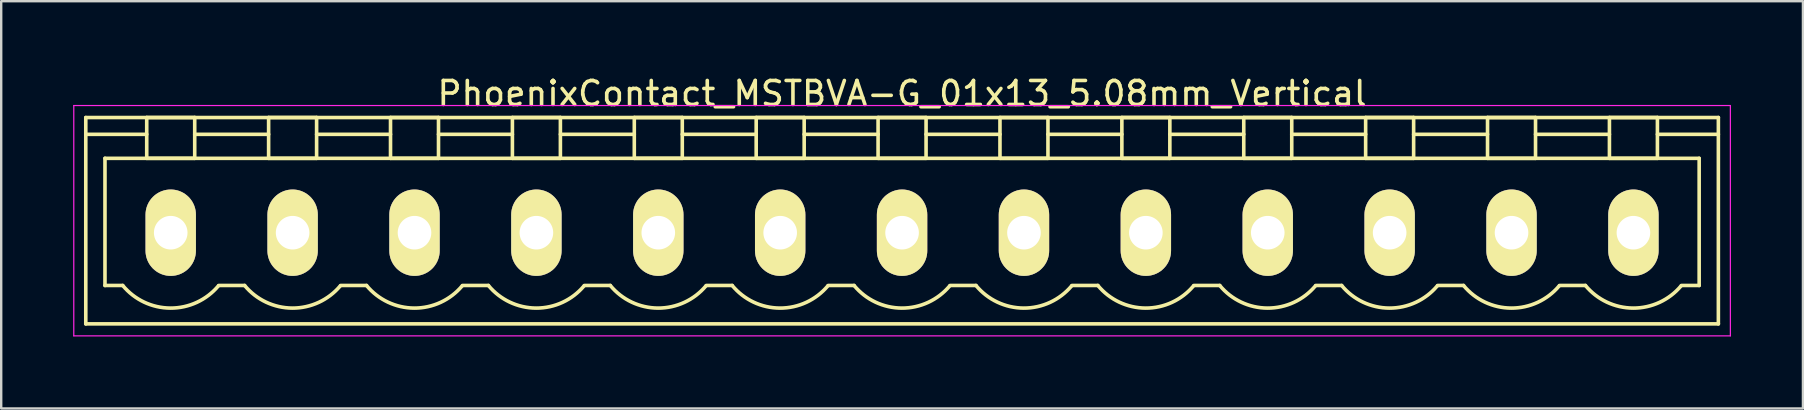
<source format=kicad_pcb>
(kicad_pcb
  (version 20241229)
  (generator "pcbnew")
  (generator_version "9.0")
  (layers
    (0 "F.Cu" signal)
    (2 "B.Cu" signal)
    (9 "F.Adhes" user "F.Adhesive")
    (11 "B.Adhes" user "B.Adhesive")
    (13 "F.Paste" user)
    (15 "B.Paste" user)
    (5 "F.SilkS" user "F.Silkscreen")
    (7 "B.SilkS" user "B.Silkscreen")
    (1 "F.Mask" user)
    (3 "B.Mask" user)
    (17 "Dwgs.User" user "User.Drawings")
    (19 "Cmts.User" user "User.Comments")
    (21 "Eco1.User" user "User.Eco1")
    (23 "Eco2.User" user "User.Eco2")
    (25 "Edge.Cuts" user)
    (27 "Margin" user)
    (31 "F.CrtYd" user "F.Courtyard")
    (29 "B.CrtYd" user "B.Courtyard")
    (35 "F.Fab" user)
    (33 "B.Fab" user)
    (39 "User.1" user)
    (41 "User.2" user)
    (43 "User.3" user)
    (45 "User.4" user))
  (footprint "PhoenixContact_MSTBVA-G_01x13_5.08mm_Vertical"
    (layer "F.Cu")
    (at 4.065 6.648)
    (property "Reference" "PhoenixContact_MSTBVA-G_01x13_5.08mm_Vertical" (at 30.48 -5.8 0) (layer "F.SilkS") (effects (font (size 1 1) (thickness 0.15))))
    (attr through_hole)
    (fp_line (start -3.54 -4.8) (end -3.54 3.8) (stroke (width 0.15) (type solid)) (layer "F.SilkS"))
    (fp_line (start -3.54 -4.1) (end -1 -4.1) (stroke (width 0.15) (type solid)) (layer "F.SilkS"))
    (fp_line (start -3.54 3.8) (end 64.5 3.8) (stroke (width 0.15) (type solid)) (layer "F.SilkS"))
    (fp_line (start -2.74 -3.1) (end 63.7 -3.1) (stroke (width 0.15) (type solid)) (layer "F.SilkS"))
    (fp_line (start -2.74 2.2) (end -2.74 -3.1) (stroke (width 0.15) (type solid)) (layer "F.SilkS"))
    (fp_line (start -2 2.2) (end -2.74 2.2) (stroke (width 0.15) (type solid)) (layer "F.SilkS"))
    (fp_line (start -1 -4.8) (end 1 -4.8) (stroke (width 0.15) (type solid)) (layer "F.SilkS"))
    (fp_line (start -1 -3.1) (end -1 -4.8) (stroke (width 0.15) (type solid)) (layer "F.SilkS"))
    (fp_line (start 1 -4.8) (end 1 -3.1) (stroke (width 0.15) (type solid)) (layer "F.SilkS"))
    (fp_line (start 1 -4.1) (end 4.08 -4.1) (stroke (width 0.15) (type solid)) (layer "F.SilkS"))
    (fp_line (start 1 -3.1) (end -1 -3.1) (stroke (width 0.15) (type solid)) (layer "F.SilkS"))
    (fp_line (start 2 2.2) (end 3.08 2.2) (stroke (width 0.15) (type solid)) (layer "F.SilkS"))
    (fp_line (start 4.08 -4.8) (end 6.08 -4.8) (stroke (width 0.15) (type solid)) (layer "F.SilkS"))
    (fp_line (start 4.08 -3.1) (end 4.08 -4.8) (stroke (width 0.15) (type solid)) (layer "F.SilkS"))
    (fp_line (start 6.08 -4.8) (end 6.08 -3.1) (stroke (width 0.15) (type solid)) (layer "F.SilkS"))
    (fp_line (start 6.08 -4.1) (end 9.16 -4.1) (stroke (width 0.15) (type solid)) (layer "F.SilkS"))
    (fp_line (start 6.08 -3.1) (end 4.08 -3.1) (stroke (width 0.15) (type solid)) (layer "F.SilkS"))
    (fp_line (start 7.08 2.2) (end 8.16 2.2) (stroke (width 0.15) (type solid)) (layer "F.SilkS"))
    (fp_line (start 9.16 -4.8) (end 11.16 -4.8) (stroke (width 0.15) (type solid)) (layer "F.SilkS"))
    (fp_line (start 9.16 -3.1) (end 9.16 -4.8) (stroke (width 0.15) (type solid)) (layer "F.SilkS"))
    (fp_line (start 11.16 -4.8) (end 11.16 -3.1) (stroke (width 0.15) (type solid)) (layer "F.SilkS"))
    (fp_line (start 11.16 -4.1) (end 14.24 -4.1) (stroke (width 0.15) (type solid)) (layer "F.SilkS"))
    (fp_line (start 11.16 -3.1) (end 9.16 -3.1) (stroke (width 0.15) (type solid)) (layer "F.SilkS"))
    (fp_line (start 12.16 2.2) (end 13.24 2.2) (stroke (width 0.15) (type solid)) (layer "F.SilkS"))
    (fp_line (start 14.24 -4.8) (end 16.24 -4.8) (stroke (width 0.15) (type solid)) (layer "F.SilkS"))
    (fp_line (start 14.24 -3.1) (end 14.24 -4.8) (stroke (width 0.15) (type solid)) (layer "F.SilkS"))
    (fp_line (start 16.24 -4.8) (end 16.24 -3.1) (stroke (width 0.15) (type solid)) (layer "F.SilkS"))
    (fp_line (start 16.24 -4.1) (end 19.32 -4.1) (stroke (width 0.15) (type solid)) (layer "F.SilkS"))
    (fp_line (start 16.24 -3.1) (end 14.24 -3.1) (stroke (width 0.15) (type solid)) (layer "F.SilkS"))
    (fp_line (start 17.24 2.2) (end 18.32 2.2) (stroke (width 0.15) (type solid)) (layer "F.SilkS"))
    (fp_line (start 19.32 -4.8) (end 21.32 -4.8) (stroke (width 0.15) (type solid)) (layer "F.SilkS"))
    (fp_line (start 19.32 -3.1) (end 19.32 -4.8) (stroke (width 0.15) (type solid)) (layer "F.SilkS"))
    (fp_line (start 21.32 -4.8) (end 21.32 -3.1) (stroke (width 0.15) (type solid)) (layer "F.SilkS"))
    (fp_line (start 21.32 -4.1) (end 24.4 -4.1) (stroke (width 0.15) (type solid)) (layer "F.SilkS"))
    (fp_line (start 21.32 -3.1) (end 19.32 -3.1) (stroke (width 0.15) (type solid)) (layer "F.SilkS"))
    (fp_line (start 22.32 2.2) (end 23.4 2.2) (stroke (width 0.15) (type solid)) (layer "F.SilkS"))
    (fp_line (start 24.4 -4.8) (end 26.4 -4.8) (stroke (width 0.15) (type solid)) (layer "F.SilkS"))
    (fp_line (start 24.4 -3.1) (end 24.4 -4.8) (stroke (width 0.15) (type solid)) (layer "F.SilkS"))
    (fp_line (start 26.4 -4.8) (end 26.4 -3.1) (stroke (width 0.15) (type solid)) (layer "F.SilkS"))
    (fp_line (start 26.4 -4.1) (end 29.48 -4.1) (stroke (width 0.15) (type solid)) (layer "F.SilkS"))
    (fp_line (start 26.4 -3.1) (end 24.4 -3.1) (stroke (width 0.15) (type solid)) (layer "F.SilkS"))
    (fp_line (start 27.4 2.2) (end 28.48 2.2) (stroke (width 0.15) (type solid)) (layer "F.SilkS"))
    (fp_line (start 29.48 -4.8) (end 31.48 -4.8) (stroke (width 0.15) (type solid)) (layer "F.SilkS"))
    (fp_line (start 29.48 -3.1) (end 29.48 -4.8) (stroke (width 0.15) (type solid)) (layer "F.SilkS"))
    (fp_line (start 31.48 -4.8) (end 31.48 -3.1) (stroke (width 0.15) (type solid)) (layer "F.SilkS"))
    (fp_line (start 31.48 -4.1) (end 34.56 -4.1) (stroke (width 0.15) (type solid)) (layer "F.SilkS"))
    (fp_line (start 31.48 -3.1) (end 29.48 -3.1) (stroke (width 0.15) (type solid)) (layer "F.SilkS"))
    (fp_line (start 32.48 2.2) (end 33.56 2.2) (stroke (width 0.15) (type solid)) (layer "F.SilkS"))
    (fp_line (start 34.56 -4.8) (end 36.56 -4.8) (stroke (width 0.15) (type solid)) (layer "F.SilkS"))
    (fp_line (start 34.56 -3.1) (end 34.56 -4.8) (stroke (width 0.15) (type solid)) (layer "F.SilkS"))
    (fp_line (start 36.56 -4.8) (end 36.56 -3.1) (stroke (width 0.15) (type solid)) (layer "F.SilkS"))
    (fp_line (start 36.56 -4.1) (end 39.64 -4.1) (stroke (width 0.15) (type solid)) (layer "F.SilkS"))
    (fp_line (start 36.56 -3.1) (end 34.56 -3.1) (stroke (width 0.15) (type solid)) (layer "F.SilkS"))
    (fp_line (start 37.56 2.2) (end 38.64 2.2) (stroke (width 0.15) (type solid)) (layer "F.SilkS"))
    (fp_line (start 39.64 -4.8) (end 41.64 -4.8) (stroke (width 0.15) (type solid)) (layer "F.SilkS"))
    (fp_line (start 39.64 -3.1) (end 39.64 -4.8) (stroke (width 0.15) (type solid)) (layer "F.SilkS"))
    (fp_line (start 41.64 -4.8) (end 41.64 -3.1) (stroke (width 0.15) (type solid)) (layer "F.SilkS"))
    (fp_line (start 41.64 -4.1) (end 44.72 -4.1) (stroke (width 0.15) (type solid)) (layer "F.SilkS"))
    (fp_line (start 41.64 -3.1) (end 39.64 -3.1) (stroke (width 0.15) (type solid)) (layer "F.SilkS"))
    (fp_line (start 42.64 2.2) (end 43.72 2.2) (stroke (width 0.15) (type solid)) (layer "F.SilkS"))
    (fp_line (start 44.72 -4.8) (end 46.72 -4.8) (stroke (width 0.15) (type solid)) (layer "F.SilkS"))
    (fp_line (start 44.72 -3.1) (end 44.72 -4.8) (stroke (width 0.15) (type solid)) (layer "F.SilkS"))
    (fp_line (start 46.72 -4.8) (end 46.72 -3.1) (stroke (width 0.15) (type solid)) (layer "F.SilkS"))
    (fp_line (start 46.72 -4.1) (end 49.8 -4.1) (stroke (width 0.15) (type solid)) (layer "F.SilkS"))
    (fp_line (start 46.72 -3.1) (end 44.72 -3.1) (stroke (width 0.15) (type solid)) (layer "F.SilkS"))
    (fp_line (start 47.72 2.2) (end 48.8 2.2) (stroke (width 0.15) (type solid)) (layer "F.SilkS"))
    (fp_line (start 49.8 -4.8) (end 51.8 -4.8) (stroke (width 0.15) (type solid)) (layer "F.SilkS"))
    (fp_line (start 49.8 -3.1) (end 49.8 -4.8) (stroke (width 0.15) (type solid)) (layer "F.SilkS"))
    (fp_line (start 51.8 -4.8) (end 51.8 -3.1) (stroke (width 0.15) (type solid)) (layer "F.SilkS"))
    (fp_line (start 51.8 -4.1) (end 54.88 -4.1) (stroke (width 0.15) (type solid)) (layer "F.SilkS"))
    (fp_line (start 51.8 -3.1) (end 49.8 -3.1) (stroke (width 0.15) (type solid)) (layer "F.SilkS"))
    (fp_line (start 52.8 2.2) (end 53.88 2.2) (stroke (width 0.15) (type solid)) (layer "F.SilkS"))
    (fp_line (start 54.88 -4.8) (end 56.88 -4.8) (stroke (width 0.15) (type solid)) (layer "F.SilkS"))
    (fp_line (start 54.88 -3.1) (end 54.88 -4.8) (stroke (width 0.15) (type solid)) (layer "F.SilkS"))
    (fp_line (start 56.88 -4.8) (end 56.88 -3.1) (stroke (width 0.15) (type solid)) (layer "F.SilkS"))
    (fp_line (start 56.88 -4.1) (end 59.96 -4.1) (stroke (width 0.15) (type solid)) (layer "F.SilkS"))
    (fp_line (start 56.88 -3.1) (end 54.88 -3.1) (stroke (width 0.15) (type solid)) (layer "F.SilkS"))
    (fp_line (start 57.88 2.2) (end 58.96 2.2) (stroke (width 0.15) (type solid)) (layer "F.SilkS"))
    (fp_line (start 59.96 -4.8) (end 61.96 -4.8) (stroke (width 0.15) (type solid)) (layer "F.SilkS"))
    (fp_line (start 59.96 -3.1) (end 59.96 -4.8) (stroke (width 0.15) (type solid)) (layer "F.SilkS"))
    (fp_line (start 61.96 -4.8) (end 61.96 -3.1) (stroke (width 0.15) (type solid)) (layer "F.SilkS"))
    (fp_line (start 61.96 -3.1) (end 59.96 -3.1) (stroke (width 0.15) (type solid)) (layer "F.SilkS"))
    (fp_line (start 63.7 -3.1) (end 63.7 2.2) (stroke (width 0.15) (type solid)) (layer "F.SilkS"))
    (fp_line (start 63.7 2.2) (end 62.96 2.2) (stroke (width 0.15) (type solid)) (layer "F.SilkS"))
    (fp_line (start 64.5 -4.8) (end -3.54 -4.8) (stroke (width 0.15) (type solid)) (layer "F.SilkS"))
    (fp_line (start 64.5 -4.1) (end 61.96 -4.1) (stroke (width 0.15) (type solid)) (layer "F.SilkS"))
    (fp_line (start 64.5 3.8) (end 64.5 -4.8) (stroke (width 0.15) (type solid)) (layer "F.SilkS"))
    (fp_arc (start 1.986842 2.215821) (mid -0.010289 3.142758) (end -2 2.2) (stroke (width 0.15) (type solid)) (layer "F.SilkS"))
    (fp_arc (start 7.066842 2.215821) (mid 5.069711 3.142758) (end 3.08 2.2) (stroke (width 0.15) (type solid)) (layer "F.SilkS"))
    (fp_arc (start 12.146842 2.215821) (mid 10.149711 3.142758) (end 8.16 2.2) (stroke (width 0.15) (type solid)) (layer "F.SilkS"))
    (fp_arc (start 17.226842 2.215821) (mid 15.229711 3.142758) (end 13.24 2.2) (stroke (width 0.15) (type solid)) (layer "F.SilkS"))
    (fp_arc (start 22.306842 2.215821) (mid 20.309711 3.142758) (end 18.32 2.2) (stroke (width 0.15) (type solid)) (layer "F.SilkS"))
    (fp_arc (start 27.386842 2.215821) (mid 25.389711 3.142758) (end 23.4 2.2) (stroke (width 0.15) (type solid)) (layer "F.SilkS"))
    (fp_arc (start 32.466842 2.215821) (mid 30.469711 3.142758) (end 28.48 2.2) (stroke (width 0.15) (type solid)) (layer "F.SilkS"))
    (fp_arc (start 37.546842 2.215821) (mid 35.549711 3.142758) (end 33.56 2.2) (stroke (width 0.15) (type solid)) (layer "F.SilkS"))
    (fp_arc (start 42.626842 2.215821) (mid 40.629711 3.142758) (end 38.64 2.2) (stroke (width 0.15) (type solid)) (layer "F.SilkS"))
    (fp_arc (start 47.706842 2.215821) (mid 45.709711 3.142758) (end 43.72 2.2) (stroke (width 0.15) (type solid)) (layer "F.SilkS"))
    (fp_arc (start 52.786842 2.215821) (mid 50.789711 3.142758) (end 48.8 2.2) (stroke (width 0.15) (type solid)) (layer "F.SilkS"))
    (fp_arc (start 57.866842 2.215821) (mid 55.869711 3.142758) (end 53.88 2.2) (stroke (width 0.15) (type solid)) (layer "F.SilkS"))
    (fp_arc (start 62.946842 2.215821) (mid 60.949711 3.142758) (end 58.96 2.2) (stroke (width 0.15) (type solid)) (layer "F.SilkS"))
    (fp_line (start -4.04 -5.3) (end -4.04 4.3) (stroke (width 0.05) (type solid)) (layer "F.CrtYd"))
    (fp_line (start -4.04 4.3) (end 65 4.3) (stroke (width 0.05) (type solid)) (layer "F.CrtYd"))
    (fp_line (start 65 -5.3) (end -4.04 -5.3) (stroke (width 0.05) (type solid)) (layer "F.CrtYd"))
    (fp_line (start 65 4.3) (end 65 -5.3) (stroke (width 0.05) (type solid)) (layer "F.CrtYd"))
    (pad "1" thru_hole oval (at 0 0) (size 2.1 3.6) (drill 1.4) (layers "*.Cu" "*.Mask" "F.SilkS"))
    (pad "2" thru_hole oval (at 5.08 0) (size 2.1 3.6) (drill 1.4) (layers "*.Cu" "*.Mask" "F.SilkS"))
    (pad "3" thru_hole oval (at 10.16 0) (size 2.1 3.6) (drill 1.4) (layers "*.Cu" "*.Mask" "F.SilkS"))
    (pad "4" thru_hole oval (at 15.24 0) (size 2.1 3.6) (drill 1.4) (layers "*.Cu" "*.Mask" "F.SilkS"))
    (pad "5" thru_hole oval (at 20.32 0) (size 2.1 3.6) (drill 1.4) (layers "*.Cu" "*.Mask" "F.SilkS"))
    (pad "6" thru_hole oval (at 25.4 0) (size 2.1 3.6) (drill 1.4) (layers "*.Cu" "*.Mask" "F.SilkS"))
    (pad "7" thru_hole oval (at 30.48 0) (size 2.1 3.6) (drill 1.4) (layers "*.Cu" "*.Mask" "F.SilkS"))
    (pad "8" thru_hole oval (at 35.56 0) (size 2.1 3.6) (drill 1.4) (layers "*.Cu" "*.Mask" "F.SilkS"))
    (pad "9" thru_hole oval (at 40.64 0) (size 2.1 3.6) (drill 1.4) (layers "*.Cu" "*.Mask" "F.SilkS"))
    (pad "10" thru_hole oval (at 45.72 0) (size 2.1 3.6) (drill 1.4) (layers "*.Cu" "*.Mask" "F.SilkS"))
    (pad "11" thru_hole oval (at 50.8 0) (size 2.1 3.6) (drill 1.4) (layers "*.Cu" "*.Mask" "F.SilkS"))
    (pad "12" thru_hole oval (at 55.88 0) (size 2.1 3.6) (drill 1.4) (layers "*.Cu" "*.Mask" "F.SilkS"))
    (pad "13" thru_hole oval (at 60.96 0) (size 2.1 3.6) (drill 1.4) (layers "*.Cu" "*.Mask" "F.SilkS")))
  (gr_rect
    (start -3 -3)
    (end 72.09 13.973)
    (stroke (width 0.1) (type default))
    (fill no)
    (layer "Edge.Cuts")))
</source>
